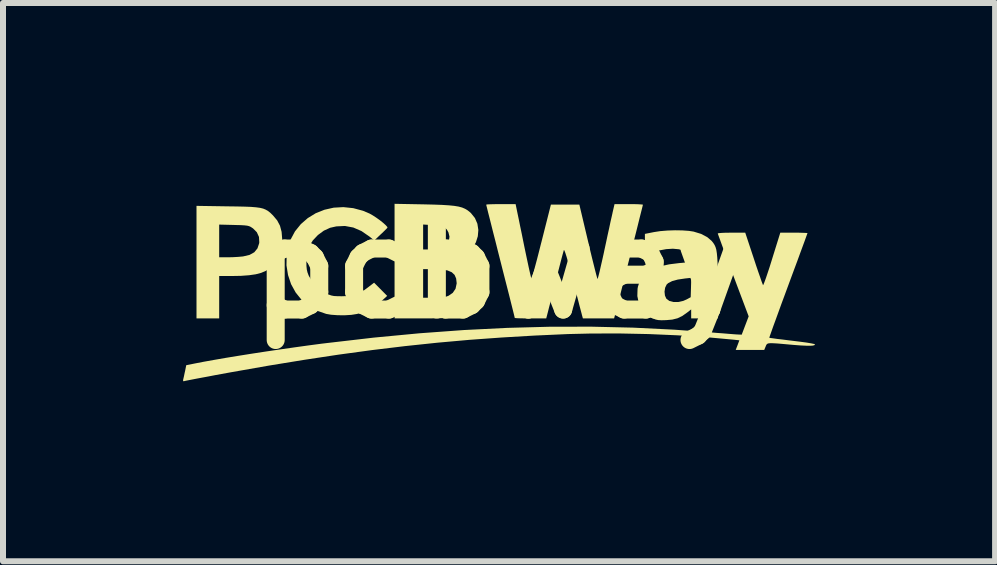
<source format=kicad_pcb>
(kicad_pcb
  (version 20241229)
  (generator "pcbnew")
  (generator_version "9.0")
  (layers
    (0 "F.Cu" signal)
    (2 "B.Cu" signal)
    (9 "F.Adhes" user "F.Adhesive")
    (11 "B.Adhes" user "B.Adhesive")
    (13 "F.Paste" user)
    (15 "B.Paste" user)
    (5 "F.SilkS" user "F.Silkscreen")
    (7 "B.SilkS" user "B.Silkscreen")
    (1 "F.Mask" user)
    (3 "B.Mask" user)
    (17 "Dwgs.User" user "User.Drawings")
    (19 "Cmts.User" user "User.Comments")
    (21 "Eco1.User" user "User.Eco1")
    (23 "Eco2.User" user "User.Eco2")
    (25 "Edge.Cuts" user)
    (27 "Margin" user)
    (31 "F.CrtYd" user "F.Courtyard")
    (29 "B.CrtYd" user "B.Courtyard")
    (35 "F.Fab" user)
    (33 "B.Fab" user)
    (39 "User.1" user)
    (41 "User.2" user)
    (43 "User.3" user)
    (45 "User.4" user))
  (footprint "pcbway"
    (layer "F.Cu")
    (at 5.281 1.418)
    (property "Reference" "pcbway" (at 0 0 0) (layer "F.SilkS") (effects (font (size 1.524 1.524) (thickness 0.3))))
    (attr board_only exclude_from_pos_files exclude_from_bom)
    (fp_poly (pts (xy -4.544 -1.03) (xy -4.384 -1.028) (xy -4.254 -1.025) (xy -4.149 -1.021) (xy -4.065 -1.014) (xy -3.998 -1.005) (xy -3.945 -0.992) (xy -3.902 -0.974) (xy -3.865 -0.952) (xy -3.829 -0.924) (xy -3.792 -0.888) (xy -3.783 -0.879) (xy -3.713 -0.796) (xy -3.666 -0.707) (xy -3.639 -0.605) (xy -3.629 -0.481) (xy -3.629 -0.46) (xy -3.64 -0.316) (xy -3.674 -0.195) (xy -3.732 -0.094) (xy -3.816 -0.01) (xy -3.904 0.046) (xy -3.979 0.078) (xy -4.07 0.102) (xy -4.181 0.118) (xy -4.316 0.128) (xy -4.48 0.131) (xy -4.486 0.131) (xy -4.679 0.131) (xy -4.679 0.837) (xy -5.057 0.837) (xy -5.057 -0.726) (xy -4.679 -0.726) (xy -4.679 -0.181) (xy -4.536 -0.181) (xy -4.451 -0.183) (xy -4.362 -0.188) (xy -4.286 -0.195) (xy -4.279 -0.196) (xy -4.173 -0.221) (xy -4.094 -0.265) (xy -4.041 -0.33) (xy -4.013 -0.414) (xy -4.011 -0.431) (xy -4.016 -0.52) (xy -4.052 -0.599) (xy -4.116 -0.663) (xy -4.127 -0.67) (xy -4.154 -0.688) (xy -4.181 -0.7) (xy -4.213 -0.708) (xy -4.257 -0.713) (xy -4.32 -0.717) (xy -4.407 -0.719) (xy -4.436 -0.72) (xy -4.679 -0.726) (xy -5.057 -0.726) (xy -5.057 -1.038)) (stroke (width 0) (type solid)) (fill yes) (layer "F.SilkS"))
    (fp_poly (pts (xy -2.446 -1) (xy -2.282 -0.956) (xy -2.174 -0.91) (xy -2.121 -0.88) (xy -2.061 -0.841) (xy -2.001 -0.798) (xy -1.947 -0.755) (xy -1.905 -0.717) (xy -1.879 -0.688) (xy -1.875 -0.675) (xy -1.888 -0.66) (xy -1.92 -0.628) (xy -1.964 -0.585) (xy -1.988 -0.563) (xy -2.095 -0.461) (xy -2.176 -0.527) (xy -2.308 -0.618) (xy -2.444 -0.677) (xy -2.584 -0.703) (xy -2.728 -0.696) (xy -2.83 -0.673) (xy -2.935 -0.625) (xy -3.034 -0.552) (xy -3.119 -0.462) (xy -3.18 -0.364) (xy -3.202 -0.314) (xy -3.216 -0.269) (xy -3.223 -0.218) (xy -3.225 -0.149) (xy -3.226 -0.115) (xy -3.225 -0.035) (xy -3.219 0.023) (xy -3.208 0.07) (xy -3.19 0.118) (xy -3.183 0.133) (xy -3.112 0.251) (xy -3.021 0.344) (xy -2.909 0.414) (xy -2.856 0.439) (xy -2.812 0.455) (xy -2.767 0.464) (xy -2.709 0.467) (xy -2.636 0.468) (xy -2.524 0.464) (xy -2.434 0.449) (xy -2.354 0.42) (xy -2.273 0.374) (xy -2.205 0.324) (xy -2.098 0.242) (xy -1.989 0.352) (xy -1.88 0.462) (xy -1.968 0.542) (xy -2.078 0.626) (xy -2.203 0.697) (xy -2.332 0.749) (xy -2.382 0.763) (xy -2.476 0.778) (xy -2.588 0.785) (xy -2.705 0.784) (xy -2.815 0.776) (xy -2.896 0.762) (xy -3.05 0.709) (xy -3.188 0.629) (xy -3.307 0.527) (xy -3.405 0.405) (xy -3.481 0.267) (xy -3.532 0.115) (xy -3.558 -0.047) (xy -3.555 -0.216) (xy -3.538 -0.32) (xy -3.49 -0.475) (xy -3.416 -0.613) (xy -3.319 -0.733) (xy -3.203 -0.834) (xy -3.071 -0.915) (xy -2.926 -0.973) (xy -2.771 -1.008) (xy -2.61 -1.017)) (stroke (width 0) (type solid)) (fill yes) (layer "F.SilkS"))
    (fp_poly (pts (xy -1.268 -1.063) (xy -1.102 -1.059) (xy -0.965 -1.054) (xy -0.853 -1.047) (xy -0.763 -1.038) (xy -0.69 -1.026) (xy -0.631 -1.01) (xy -0.582 -0.989) (xy -0.539 -0.963) (xy -0.499 -0.931) (xy -0.484 -0.917) (xy -0.418 -0.835) (xy -0.377 -0.74) (xy -0.361 -0.636) (xy -0.37 -0.531) (xy -0.402 -0.43) (xy -0.457 -0.34) (xy -0.535 -0.266) (xy -0.554 -0.253) (xy -0.624 -0.209) (xy -0.533 -0.172) (xy -0.428 -0.119) (xy -0.348 -0.057) (xy -0.3 0.005) (xy -0.284 0.055) (xy -0.272 0.128) (xy -0.265 0.214) (xy -0.263 0.306) (xy -0.267 0.392) (xy -0.276 0.464) (xy -0.286 0.5) (xy -0.333 0.581) (xy -0.406 0.658) (xy -0.498 0.726) (xy -0.605 0.78) (xy -0.718 0.817) (xy -0.738 0.821) (xy -0.777 0.825) (xy -0.844 0.829) (xy -0.934 0.832) (xy -1.04 0.835) (xy -1.159 0.837) (xy -1.284 0.837) (xy -1.291 0.837) (xy -1.757 0.837) (xy -1.757 0.016) (xy -1.281 0.016) (xy -1.281 0.493) (xy -1.104 0.492) (xy -1.014 0.491) (xy -0.948 0.485) (xy -0.899 0.475) (xy -0.858 0.46) (xy -0.787 0.411) (xy -0.741 0.343) (xy -0.723 0.259) (xy -0.722 0.25) (xy -0.731 0.172) (xy -0.757 0.112) (xy -0.804 0.068) (xy -0.875 0.038) (xy -0.972 0.022) (xy -1.096 0.017) (xy -1.281 0.016) (xy -1.757 0.016) (xy -1.757 -0.727) (xy -1.281 -0.727) (xy -1.281 -0.312) (xy -1.14 -0.312) (xy -1.053 -0.315) (xy -0.987 -0.324) (xy -0.956 -0.335) (xy -0.89 -0.385) (xy -0.852 -0.45) (xy -0.842 -0.526) (xy -0.859 -0.595) (xy -0.885 -0.642) (xy -0.918 -0.675) (xy -0.967 -0.697) (xy -1.037 -0.71) (xy -1.124 -0.718) (xy -1.281 -0.727) (xy -1.757 -0.727) (xy -1.757 -1.072)) (stroke (width 0) (type solid)) (fill yes) (layer "F.SilkS"))
    (fp_poly (pts (xy 3.039 -0.629) (xy 3.149 -0.621) (xy 3.226 -0.609) (xy 3.35 -0.571) (xy 3.454 -0.516) (xy 3.527 -0.453) (xy 3.553 -0.421) (xy 3.574 -0.388) (xy 3.591 -0.351) (xy 3.604 -0.306) (xy 3.613 -0.248) (xy 3.62 -0.175) (xy 3.625 -0.084) (xy 3.627 0.031) (xy 3.628 0.171) (xy 3.629 0.307) (xy 3.629 0.837) (xy 3.185 0.837) (xy 3.185 0.687) (xy 3.124 0.735) (xy 3.038 0.796) (xy 2.958 0.835) (xy 2.87 0.857) (xy 2.767 0.866) (xy 2.691 0.868) (xy 2.637 0.865) (xy 2.594 0.856) (xy 2.551 0.839) (xy 2.537 0.833) (xy 2.438 0.768) (xy 2.363 0.683) (xy 2.312 0.581) (xy 2.288 0.465) (xy 2.29 0.392) (xy 2.741 0.392) (xy 2.748 0.457) (xy 2.771 0.508) (xy 2.771 0.508) (xy 2.821 0.546) (xy 2.89 0.564) (xy 2.97 0.564) (xy 3.054 0.545) (xy 3.111 0.52) (xy 3.177 0.484) (xy 3.182 0.322) (xy 3.186 0.161) (xy 3.083 0.172) (xy 2.962 0.19) (xy 2.867 0.216) (xy 2.801 0.25) (xy 2.776 0.273) (xy 2.751 0.326) (xy 2.741 0.392) (xy 2.29 0.392) (xy 2.292 0.341) (xy 2.298 0.308) (xy 2.329 0.212) (xy 2.379 0.131) (xy 2.452 0.064) (xy 2.548 0.01) (xy 2.67 -0.032) (xy 2.82 -0.064) (xy 2.981 -0.084) (xy 3.185 -0.104) (xy 3.185 -0.152) (xy 3.17 -0.211) (xy 3.128 -0.258) (xy 3.063 -0.293) (xy 2.979 -0.315) (xy 2.88 -0.324) (xy 2.769 -0.317) (xy 2.651 -0.295) (xy 2.57 -0.272) (xy 2.51 -0.252) (xy 2.461 -0.237) (xy 2.433 -0.23) (xy 2.43 -0.23) (xy 2.422 -0.245) (xy 2.417 -0.288) (xy 2.414 -0.354) (xy 2.414 -0.4) (xy 2.414 -0.571) (xy 2.565 -0.601) (xy 2.669 -0.617) (xy 2.79 -0.627) (xy 2.916 -0.631)) (stroke (width 0) (type solid)) (fill yes) (layer "F.SilkS"))
    (fp_poly (pts (xy 0.276 -0.989) (xy 0.283 -0.955) (xy 0.296 -0.892) (xy 0.314 -0.806) (xy 0.335 -0.702) (xy 0.36 -0.583) (xy 0.386 -0.454) (xy 0.404 -0.365) (xy 0.431 -0.236) (xy 0.456 -0.118) (xy 0.478 -0.015) (xy 0.497 0.07) (xy 0.512 0.134) (xy 0.521 0.171) (xy 0.525 0.181) (xy 0.531 0.165) (xy 0.544 0.121) (xy 0.563 0.053) (xy 0.587 -0.038) (xy 0.616 -0.146) (xy 0.648 -0.27) (xy 0.682 -0.405) (xy 0.691 -0.439) (xy 0.848 -1.059) (xy 1.322 -1.059) (xy 1.469 -0.439) (xy 1.501 -0.302) (xy 1.532 -0.175) (xy 1.56 -0.063) (xy 1.584 0.033) (xy 1.603 0.107) (xy 1.617 0.157) (xy 1.625 0.18) (xy 1.626 0.181) (xy 1.631 0.165) (xy 1.643 0.122) (xy 1.66 0.054) (xy 1.68 -0.035) (xy 1.704 -0.139) (xy 1.73 -0.256) (xy 1.739 -0.3) (xy 1.767 -0.429) (xy 1.794 -0.556) (xy 1.82 -0.673) (xy 1.842 -0.777) (xy 1.861 -0.86) (xy 1.874 -0.918) (xy 1.875 -0.924) (xy 1.908 -1.067) (xy 2.144 -1.067) (xy 2.228 -1.067) (xy 2.299 -1.065) (xy 2.351 -1.062) (xy 2.378 -1.059) (xy 2.381 -1.057) (xy 2.377 -1.04) (xy 2.366 -0.995) (xy 2.348 -0.924) (xy 2.325 -0.833) (xy 2.298 -0.723) (xy 2.267 -0.599) (xy 2.233 -0.465) (xy 2.197 -0.322) (xy 2.16 -0.176) (xy 2.123 -0.03) (xy 2.087 0.113) (xy 2.052 0.25) (xy 2.02 0.376) (xy 1.992 0.489) (xy 1.967 0.585) (xy 1.948 0.66) (xy 1.935 0.71) (xy 1.901 0.837) (xy 1.381 0.837) (xy 1.366 0.784) (xy 1.359 0.756) (xy 1.344 0.699) (xy 1.323 0.62) (xy 1.298 0.521) (xy 1.268 0.408) (xy 1.236 0.283) (xy 1.214 0.199) (xy 1.172 0.039) (xy 1.137 -0.09) (xy 1.11 -0.187) (xy 1.088 -0.255) (xy 1.073 -0.294) (xy 1.065 -0.303) (xy 1.064 -0.302) (xy 1.057 -0.278) (xy 1.043 -0.228) (xy 1.023 -0.153) (xy 0.999 -0.06) (xy 0.971 0.049) (xy 0.94 0.169) (xy 0.927 0.222) (xy 0.895 0.347) (xy 0.865 0.464) (xy 0.839 0.57) (xy 0.816 0.658) (xy 0.799 0.726) (xy 0.788 0.768) (xy 0.786 0.776) (xy 0.77 0.837) (xy 0.508 0.837) (xy 0.42 0.837) (xy 0.344 0.836) (xy 0.286 0.834) (xy 0.253 0.831) (xy 0.246 0.83) (xy 0.242 0.813) (xy 0.231 0.767) (xy 0.213 0.695) (xy 0.189 0.599) (xy 0.16 0.483) (xy 0.126 0.349) (xy 0.088 0.201) (xy 0.047 0.04) (xy 0.008 -0.114) (xy -0.035 -0.283) (xy -0.075 -0.443) (xy -0.113 -0.591) (xy -0.146 -0.723) (xy -0.175 -0.838) (xy -0.199 -0.931) (xy -0.216 -1.001) (xy -0.227 -1.044) (xy -0.23 -1.058) (xy -0.214 -1.062) (xy -0.172 -1.064) (xy -0.108 -1.066) (xy -0.028 -1.067) (xy 0.015 -1.067) (xy 0.26 -1.067)) (stroke (width 0) (type solid)) (fill yes) (layer "F.SilkS"))
    (fp_poly (pts (xy 4.229 -0.16) (xy 4.266 -0.047) (xy 4.301 0.056) (xy 4.332 0.144) (xy 4.356 0.215) (xy 4.374 0.262) (xy 4.382 0.283) (xy 4.383 0.283) (xy 4.39 0.272) (xy 4.406 0.232) (xy 4.429 0.169) (xy 4.457 0.086) (xy 4.49 -0.013) (xy 4.525 -0.125) (xy 4.532 -0.148) (xy 4.67 -0.591) (xy 4.897 -0.591) (xy 4.978 -0.591) (xy 5.047 -0.589) (xy 5.097 -0.587) (xy 5.121 -0.585) (xy 5.123 -0.584) (xy 5.117 -0.567) (xy 5.101 -0.523) (xy 5.076 -0.453) (xy 5.042 -0.361) (xy 5.001 -0.25) (xy 4.954 -0.121) (xy 4.901 0.021) (xy 4.844 0.175) (xy 4.802 0.289) (xy 4.743 0.449) (xy 4.687 0.6) (xy 4.637 0.738) (xy 4.592 0.862) (xy 4.553 0.968) (xy 4.523 1.053) (xy 4.501 1.115) (xy 4.489 1.151) (xy 4.487 1.16) (xy 4.504 1.163) (xy 4.549 1.169) (xy 4.618 1.179) (xy 4.705 1.189) (xy 4.807 1.202) (xy 4.874 1.21) (xy 5.004 1.226) (xy 5.109 1.24) (xy 5.185 1.253) (xy 5.233 1.263) (xy 5.249 1.271) (xy 5.249 1.272) (xy 5.238 1.283) (xy 5.212 1.29) (xy 5.168 1.293) (xy 5.103 1.292) (xy 5.013 1.288) (xy 4.894 1.279) (xy 4.837 1.274) (xy 4.715 1.263) (xy 4.622 1.255) (xy 4.554 1.251) (xy 4.506 1.25) (xy 4.474 1.253) (xy 4.454 1.26) (xy 4.442 1.271) (xy 4.433 1.287) (xy 4.426 1.305) (xy 4.402 1.363) (xy 3.927 1.363) (xy 3.958 1.282) (xy 3.988 1.202) (xy 3.895 1.192) (xy 3.438 1.15) (xy 2.961 1.119) (xy 2.475 1.098) (xy 1.989 1.088) (xy 1.514 1.089) (xy 1.133 1.098) (xy 0.578 1.123) (xy 0.033 1.155) (xy -0.507 1.194) (xy -1.044 1.242) (xy -1.585 1.299) (xy -2.132 1.365) (xy -2.691 1.441) (xy -3.266 1.528) (xy -3.86 1.625) (xy -4.48 1.734) (xy -4.738 1.781) (xy -4.862 1.805) (xy -4.976 1.826) (xy -5.077 1.845) (xy -5.159 1.861) (xy -5.22 1.873) (xy -5.254 1.88) (xy -5.259 1.882) (xy -5.278 1.884) (xy -5.281 1.866) (xy -5.276 1.844) (xy -5.266 1.801) (xy -5.254 1.743) (xy -5.246 1.708) (xy -5.228 1.617) (xy -5.089 1.589) (xy -4.945 1.561) (xy -4.772 1.53) (xy -4.577 1.496) (xy -4.363 1.461) (xy -4.137 1.425) (xy -3.902 1.389) (xy -3.664 1.354) (xy -3.427 1.32) (xy -3.197 1.288) (xy -2.978 1.259) (xy -2.886 1.248) (xy -2.101 1.157) (xy -1.341 1.085) (xy -0.602 1.031) (xy 0.121 0.995) (xy 0.829 0.976) (xy 1.526 0.975) (xy 2.217 0.991) (xy 2.903 1.025) (xy 3.489 1.068) (xy 3.604 1.078) (xy 3.712 1.086) (xy 3.807 1.094) (xy 3.884 1.1) (xy 3.937 1.104) (xy 3.955 1.105) (xy 4.027 1.108) (xy 4.143 0.803) (xy 3.885 0.118) (xy 3.832 -0.024) (xy 3.782 -0.157) (xy 3.738 -0.277) (xy 3.699 -0.382) (xy 3.668 -0.467) (xy 3.645 -0.53) (xy 3.631 -0.569) (xy 3.628 -0.579) (xy 3.644 -0.583) (xy 3.686 -0.587) (xy 3.75 -0.59) (xy 3.828 -0.591) (xy 3.857 -0.591) (xy 4.086 -0.591)) (stroke (width 0) (type solid)) (fill yes) (layer "F.SilkS")))
  (gr_rect
    (start -3 -3)
    (end 13.53 6.302)
    (stroke (width 0.1) (type default))
    (fill no)
    (layer "Edge.Cuts")))
</source>
